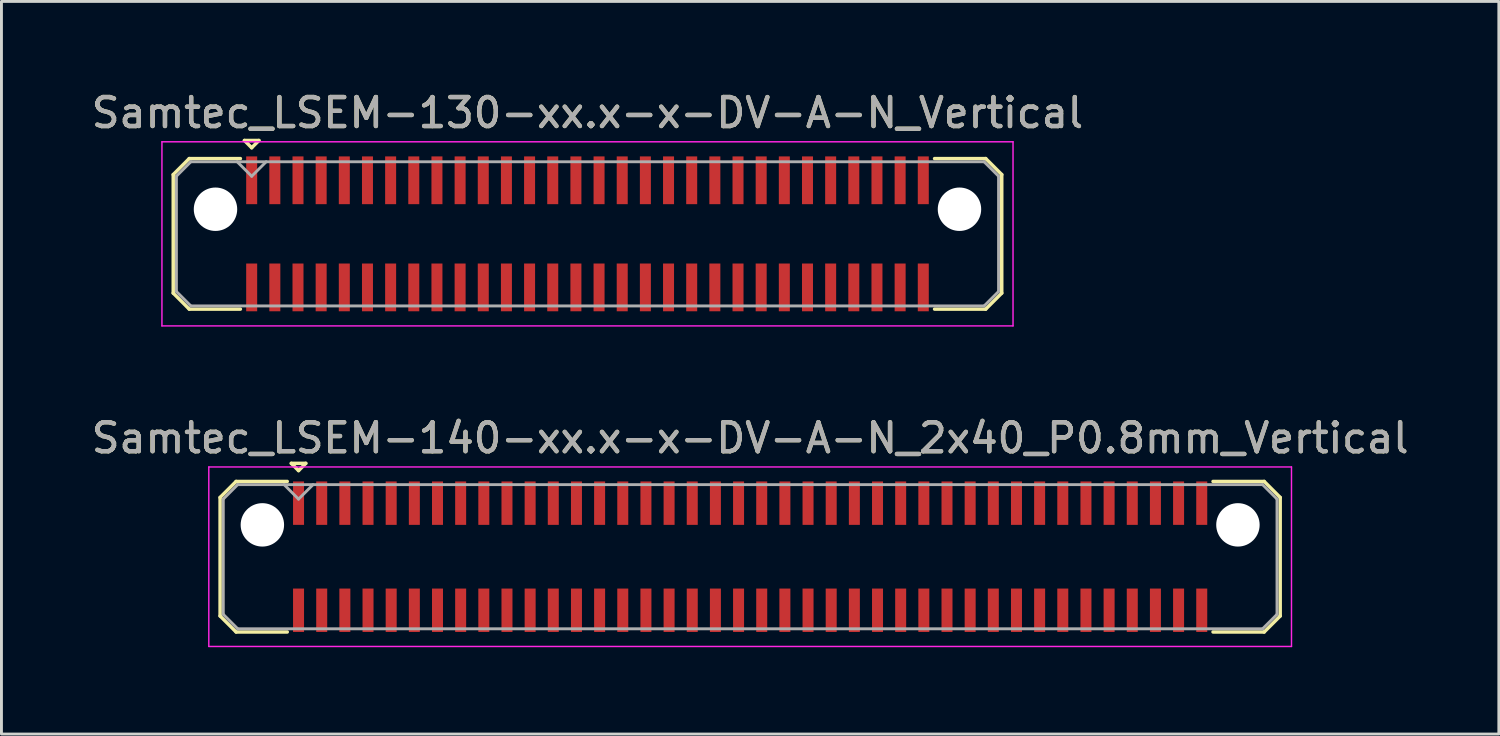
<source format=kicad_pcb>
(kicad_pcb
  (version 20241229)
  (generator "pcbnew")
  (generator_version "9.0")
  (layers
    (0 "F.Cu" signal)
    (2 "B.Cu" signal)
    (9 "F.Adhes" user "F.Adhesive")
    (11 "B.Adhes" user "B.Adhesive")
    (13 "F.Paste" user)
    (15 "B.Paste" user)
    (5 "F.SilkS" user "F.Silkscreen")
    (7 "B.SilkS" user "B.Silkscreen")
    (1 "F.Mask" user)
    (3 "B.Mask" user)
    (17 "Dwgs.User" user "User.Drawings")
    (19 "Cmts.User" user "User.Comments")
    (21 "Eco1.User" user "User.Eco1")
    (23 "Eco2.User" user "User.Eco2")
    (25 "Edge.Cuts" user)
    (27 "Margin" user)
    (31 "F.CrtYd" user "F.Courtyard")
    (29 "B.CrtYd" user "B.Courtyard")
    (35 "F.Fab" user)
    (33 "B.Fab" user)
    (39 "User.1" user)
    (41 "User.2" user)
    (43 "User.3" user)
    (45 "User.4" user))
  (footprint "Samtec_LSEM-130-xx.x-x-DV-A-N_Vertical"
    (layer "F.Cu")
    (at 17.244 5.028)
    (property "Reference" "Samtec_LSEM-130-xx.x-x-DV-A-N_Vertical" (at 0 -4.18 0) (layer "F.SilkS") (effects (font (size 1 1) (thickness 0.15))))
    (attr smd)
    (fp_line (start -14.31 -2.047) (end -14.31 2.047) (stroke (width 0.12) (type solid)) (layer "F.SilkS"))
    (fp_line (start -14.31 2.047) (end -13.757 2.6) (stroke (width 0.12) (type solid)) (layer "F.SilkS"))
    (fp_line (start -13.757 -2.6) (end -14.31 -2.047) (stroke (width 0.12) (type solid)) (layer "F.SilkS"))
    (fp_line (start -13.757 2.6) (end -11.99 2.6) (stroke (width 0.12) (type solid)) (layer "F.SilkS"))
    (fp_line (start -11.99 -2.6) (end -13.757 -2.6) (stroke (width 0.12) (type solid)) (layer "F.SilkS"))
    (fp_line (start -11.85 -3.225) (end -11.35 -3.225) (stroke (width 0.12) (type solid)) (layer "F.SilkS"))
    (fp_line (start -11.6 -2.975) (end -11.85 -3.225) (stroke (width 0.12) (type solid)) (layer "F.SilkS"))
    (fp_line (start -11.35 -3.225) (end -11.6 -2.975) (stroke (width 0.12) (type solid)) (layer "F.SilkS"))
    (fp_line (start 11.99 -2.6) (end 13.757 -2.6) (stroke (width 0.12) (type solid)) (layer "F.SilkS"))
    (fp_line (start 13.757 -2.6) (end 14.31 -2.047) (stroke (width 0.12) (type solid)) (layer "F.SilkS"))
    (fp_line (start 13.757 2.6) (end 11.99 2.6) (stroke (width 0.12) (type solid)) (layer "F.SilkS"))
    (fp_line (start 14.31 -2.047) (end 14.31 2.047) (stroke (width 0.12) (type solid)) (layer "F.SilkS"))
    (fp_line (start 14.31 2.047) (end 13.757 2.6) (stroke (width 0.12) (type solid)) (layer "F.SilkS"))
    (fp_line (start -14.7 -3.18) (end -14.7 3.18) (stroke (width 0.05) (type solid)) (layer "F.CrtYd"))
    (fp_line (start -14.7 3.18) (end 14.7 3.18) (stroke (width 0.05) (type solid)) (layer "F.CrtYd"))
    (fp_line (start 14.7 -3.18) (end -14.7 -3.18) (stroke (width 0.05) (type solid)) (layer "F.CrtYd"))
    (fp_line (start 14.7 3.18) (end 14.7 -3.18) (stroke (width 0.05) (type solid)) (layer "F.CrtYd"))
    (fp_line (start -14.2 -1.992) (end -14.2 1.992) (stroke (width 0.1) (type solid)) (layer "F.Fab"))
    (fp_line (start -14.2 1.992) (end -13.702 2.49) (stroke (width 0.1) (type solid)) (layer "F.Fab"))
    (fp_line (start -13.702 -2.49) (end -14.2 -1.992) (stroke (width 0.1) (type solid)) (layer "F.Fab"))
    (fp_line (start -13.702 2.49) (end 13.702 2.49) (stroke (width 0.1) (type solid)) (layer "F.Fab"))
    (fp_line (start -11.6 -1.99) (end -12.1 -2.49) (stroke (width 0.1) (type solid)) (layer "F.Fab"))
    (fp_line (start -11.1 -2.49) (end -11.6 -1.99) (stroke (width 0.1) (type solid)) (layer "F.Fab"))
    (fp_line (start 13.702 -2.49) (end -13.702 -2.49) (stroke (width 0.1) (type solid)) (layer "F.Fab"))
    (fp_line (start 13.702 2.49) (end 14.2 1.992) (stroke (width 0.1) (type solid)) (layer "F.Fab"))
    (fp_line (start 14.2 -1.992) (end 13.702 -2.49) (stroke (width 0.1) (type solid)) (layer "F.Fab"))
    (fp_line (start 14.2 1.992) (end 14.2 -1.992) (stroke (width 0.1) (type solid)) (layer "F.Fab"))
    (fp_text user "${REFERENCE}" (at 0 -4.18 0) (layer "F.Fab") (effects (font (size 1 1) (thickness 0.15))))
    (pad "" np_thru_hole circle (at -12.85 -0.85) (size 1.5 1.5) (drill 1.5) (layers "*.Cu" "*.Mask"))
    (pad "" np_thru_hole circle (at 12.85 -0.85) (size 1.5 1.5) (drill 1.5) (layers "*.Cu" "*.Mask"))
    (pad "1" smd rect (at -11.6 -1.85) (size 0.38 1.65) (layers "F.Cu" "F.Mask" "F.Paste"))
    (pad "2" smd rect (at -11.6 1.85) (size 0.38 1.65) (layers "F.Cu" "F.Mask" "F.Paste"))
    (pad "3" smd rect (at -10.8 -1.85) (size 0.38 1.65) (layers "F.Cu" "F.Mask" "F.Paste"))
    (pad "4" smd rect (at -10.8 1.85) (size 0.38 1.65) (layers "F.Cu" "F.Mask" "F.Paste"))
    (pad "5" smd rect (at -10 -1.85) (size 0.38 1.65) (layers "F.Cu" "F.Mask" "F.Paste"))
    (pad "6" smd rect (at -10 1.85) (size 0.38 1.65) (layers "F.Cu" "F.Mask" "F.Paste"))
    (pad "7" smd rect (at -9.2 -1.85) (size 0.38 1.65) (layers "F.Cu" "F.Mask" "F.Paste"))
    (pad "8" smd rect (at -9.2 1.85) (size 0.38 1.65) (layers "F.Cu" "F.Mask" "F.Paste"))
    (pad "9" smd rect (at -8.4 -1.85) (size 0.38 1.65) (layers "F.Cu" "F.Mask" "F.Paste"))
    (pad "10" smd rect (at -8.4 1.85) (size 0.38 1.65) (layers "F.Cu" "F.Mask" "F.Paste"))
    (pad "11" smd rect (at -7.6 -1.85) (size 0.38 1.65) (layers "F.Cu" "F.Mask" "F.Paste"))
    (pad "12" smd rect (at -7.6 1.85) (size 0.38 1.65) (layers "F.Cu" "F.Mask" "F.Paste"))
    (pad "13" smd rect (at -6.8 -1.85) (size 0.38 1.65) (layers "F.Cu" "F.Mask" "F.Paste"))
    (pad "14" smd rect (at -6.8 1.85) (size 0.38 1.65) (layers "F.Cu" "F.Mask" "F.Paste"))
    (pad "15" smd rect (at -6 -1.85) (size 0.38 1.65) (layers "F.Cu" "F.Mask" "F.Paste"))
    (pad "16" smd rect (at -6 1.85) (size 0.38 1.65) (layers "F.Cu" "F.Mask" "F.Paste"))
    (pad "17" smd rect (at -5.2 -1.85) (size 0.38 1.65) (layers "F.Cu" "F.Mask" "F.Paste"))
    (pad "18" smd rect (at -5.2 1.85) (size 0.38 1.65) (layers "F.Cu" "F.Mask" "F.Paste"))
    (pad "19" smd rect (at -4.4 -1.85) (size 0.38 1.65) (layers "F.Cu" "F.Mask" "F.Paste"))
    (pad "20" smd rect (at -4.4 1.85) (size 0.38 1.65) (layers "F.Cu" "F.Mask" "F.Paste"))
    (pad "21" smd rect (at -3.6 -1.85) (size 0.38 1.65) (layers "F.Cu" "F.Mask" "F.Paste"))
    (pad "22" smd rect (at -3.6 1.85) (size 0.38 1.65) (layers "F.Cu" "F.Mask" "F.Paste"))
    (pad "23" smd rect (at -2.8 -1.85) (size 0.38 1.65) (layers "F.Cu" "F.Mask" "F.Paste"))
    (pad "24" smd rect (at -2.8 1.85) (size 0.38 1.65) (layers "F.Cu" "F.Mask" "F.Paste"))
    (pad "25" smd rect (at -2 -1.85) (size 0.38 1.65) (layers "F.Cu" "F.Mask" "F.Paste"))
    (pad "26" smd rect (at -2 1.85) (size 0.38 1.65) (layers "F.Cu" "F.Mask" "F.Paste"))
    (pad "27" smd rect (at -1.2 -1.85) (size 0.38 1.65) (layers "F.Cu" "F.Mask" "F.Paste"))
    (pad "28" smd rect (at -1.2 1.85) (size 0.38 1.65) (layers "F.Cu" "F.Mask" "F.Paste"))
    (pad "29" smd rect (at -0.4 -1.85) (size 0.38 1.65) (layers "F.Cu" "F.Mask" "F.Paste"))
    (pad "30" smd rect (at -0.4 1.85) (size 0.38 1.65) (layers "F.Cu" "F.Mask" "F.Paste"))
    (pad "31" smd rect (at 0.4 -1.85) (size 0.38 1.65) (layers "F.Cu" "F.Mask" "F.Paste"))
    (pad "32" smd rect (at 0.4 1.85) (size 0.38 1.65) (layers "F.Cu" "F.Mask" "F.Paste"))
    (pad "33" smd rect (at 1.2 -1.85) (size 0.38 1.65) (layers "F.Cu" "F.Mask" "F.Paste"))
    (pad "34" smd rect (at 1.2 1.85) (size 0.38 1.65) (layers "F.Cu" "F.Mask" "F.Paste"))
    (pad "35" smd rect (at 2 -1.85) (size 0.38 1.65) (layers "F.Cu" "F.Mask" "F.Paste"))
    (pad "36" smd rect (at 2 1.85) (size 0.38 1.65) (layers "F.Cu" "F.Mask" "F.Paste"))
    (pad "37" smd rect (at 2.8 -1.85) (size 0.38 1.65) (layers "F.Cu" "F.Mask" "F.Paste"))
    (pad "38" smd rect (at 2.8 1.85) (size 0.38 1.65) (layers "F.Cu" "F.Mask" "F.Paste"))
    (pad "39" smd rect (at 3.6 -1.85) (size 0.38 1.65) (layers "F.Cu" "F.Mask" "F.Paste"))
    (pad "40" smd rect (at 3.6 1.85) (size 0.38 1.65) (layers "F.Cu" "F.Mask" "F.Paste"))
    (pad "41" smd rect (at 4.4 -1.85) (size 0.38 1.65) (layers "F.Cu" "F.Mask" "F.Paste"))
    (pad "42" smd rect (at 4.4 1.85) (size 0.38 1.65) (layers "F.Cu" "F.Mask" "F.Paste"))
    (pad "43" smd rect (at 5.2 -1.85) (size 0.38 1.65) (layers "F.Cu" "F.Mask" "F.Paste"))
    (pad "44" smd rect (at 5.2 1.85) (size 0.38 1.65) (layers "F.Cu" "F.Mask" "F.Paste"))
    (pad "45" smd rect (at 6 -1.85) (size 0.38 1.65) (layers "F.Cu" "F.Mask" "F.Paste"))
    (pad "46" smd rect (at 6 1.85) (size 0.38 1.65) (layers "F.Cu" "F.Mask" "F.Paste"))
    (pad "47" smd rect (at 6.8 -1.85) (size 0.38 1.65) (layers "F.Cu" "F.Mask" "F.Paste"))
    (pad "48" smd rect (at 6.8 1.85) (size 0.38 1.65) (layers "F.Cu" "F.Mask" "F.Paste"))
    (pad "49" smd rect (at 7.6 -1.85) (size 0.38 1.65) (layers "F.Cu" "F.Mask" "F.Paste"))
    (pad "50" smd rect (at 7.6 1.85) (size 0.38 1.65) (layers "F.Cu" "F.Mask" "F.Paste"))
    (pad "51" smd rect (at 8.4 -1.85) (size 0.38 1.65) (layers "F.Cu" "F.Mask" "F.Paste"))
    (pad "52" smd rect (at 8.4 1.85) (size 0.38 1.65) (layers "F.Cu" "F.Mask" "F.Paste"))
    (pad "53" smd rect (at 9.2 -1.85) (size 0.38 1.65) (layers "F.Cu" "F.Mask" "F.Paste"))
    (pad "54" smd rect (at 9.2 1.85) (size 0.38 1.65) (layers "F.Cu" "F.Mask" "F.Paste"))
    (pad "55" smd rect (at 10 -1.85) (size 0.38 1.65) (layers "F.Cu" "F.Mask" "F.Paste"))
    (pad "56" smd rect (at 10 1.85) (size 0.38 1.65) (layers "F.Cu" "F.Mask" "F.Paste"))
    (pad "57" smd rect (at 10.8 -1.85) (size 0.38 1.65) (layers "F.Cu" "F.Mask" "F.Paste"))
    (pad "58" smd rect (at 10.8 1.85) (size 0.38 1.65) (layers "F.Cu" "F.Mask" "F.Paste"))
    (pad "59" smd rect (at 11.6 -1.85) (size 0.38 1.65) (layers "F.Cu" "F.Mask" "F.Paste"))
    (pad "60" smd rect (at 11.6 1.85) (size 0.38 1.65) (layers "F.Cu" "F.Mask" "F.Paste")))
  (footprint "Samtec_LSEM-140-xx.x-x-DV-A-N_2x40_P0.8mm_Vertical"
    (layer "F.Cu")
    (at 22.863 16.181)
    (property "Reference" "Samtec_LSEM-140-xx.x-x-DV-A-N_2x40_P0.8mm_Vertical" (at 0 -4.1 0) (layer "F.SilkS") (effects (font (size 1 1) (thickness 0.15))))
    (attr smd)
    (fp_line (start -18.31 -2.047) (end -18.31 2.047) (stroke (width 0.12) (type solid)) (layer "F.SilkS"))
    (fp_line (start -18.31 2.047) (end -17.757 2.6) (stroke (width 0.12) (type solid)) (layer "F.SilkS"))
    (fp_line (start -17.757 -2.6) (end -18.31 -2.047) (stroke (width 0.12) (type solid)) (layer "F.SilkS"))
    (fp_line (start -17.757 2.6) (end -15.99 2.6) (stroke (width 0.12) (type solid)) (layer "F.SilkS"))
    (fp_line (start -15.99 -2.6) (end -17.757 -2.6) (stroke (width 0.12) (type solid)) (layer "F.SilkS"))
    (fp_line (start -15.85 -3.225) (end -15.35 -3.225) (stroke (width 0.12) (type solid)) (layer "F.SilkS"))
    (fp_line (start -15.6 -2.975) (end -15.85 -3.225) (stroke (width 0.12) (type solid)) (layer "F.SilkS"))
    (fp_line (start -15.35 -3.225) (end -15.6 -2.975) (stroke (width 0.12) (type solid)) (layer "F.SilkS"))
    (fp_line (start 15.99 -2.6) (end 17.757 -2.6) (stroke (width 0.12) (type solid)) (layer "F.SilkS"))
    (fp_line (start 17.757 -2.6) (end 18.31 -2.047) (stroke (width 0.12) (type solid)) (layer "F.SilkS"))
    (fp_line (start 17.757 2.6) (end 15.99 2.6) (stroke (width 0.12) (type solid)) (layer "F.SilkS"))
    (fp_line (start 18.31 -2.047) (end 18.31 2.047) (stroke (width 0.12) (type solid)) (layer "F.SilkS"))
    (fp_line (start 18.31 2.047) (end 17.757 2.6) (stroke (width 0.12) (type solid)) (layer "F.SilkS"))
    (fp_line (start -18.7 -3.1) (end -18.7 3.1) (stroke (width 0.05) (type solid)) (layer "F.CrtYd"))
    (fp_line (start -18.7 3.1) (end 18.7 3.1) (stroke (width 0.05) (type solid)) (layer "F.CrtYd"))
    (fp_line (start 18.7 -3.1) (end -18.7 -3.1) (stroke (width 0.05) (type solid)) (layer "F.CrtYd"))
    (fp_line (start 18.7 3.1) (end 18.7 -3.1) (stroke (width 0.05) (type solid)) (layer "F.CrtYd"))
    (fp_line (start -18.2 -1.992) (end -18.2 1.992) (stroke (width 0.1) (type solid)) (layer "F.Fab"))
    (fp_line (start -18.2 1.992) (end -17.702 2.49) (stroke (width 0.1) (type solid)) (layer "F.Fab"))
    (fp_line (start -17.702 -2.49) (end -18.2 -1.992) (stroke (width 0.1) (type solid)) (layer "F.Fab"))
    (fp_line (start -17.702 2.49) (end 17.702 2.49) (stroke (width 0.1) (type solid)) (layer "F.Fab"))
    (fp_line (start -15.6 -1.99) (end -16.1 -2.49) (stroke (width 0.1) (type solid)) (layer "F.Fab"))
    (fp_line (start -15.1 -2.49) (end -15.6 -1.99) (stroke (width 0.1) (type solid)) (layer "F.Fab"))
    (fp_line (start 17.702 -2.49) (end -17.702 -2.49) (stroke (width 0.1) (type solid)) (layer "F.Fab"))
    (fp_line (start 17.702 2.49) (end 18.2 1.992) (stroke (width 0.1) (type solid)) (layer "F.Fab"))
    (fp_line (start 18.2 -1.992) (end 17.702 -2.49) (stroke (width 0.1) (type solid)) (layer "F.Fab"))
    (fp_line (start 18.2 1.992) (end 18.2 -1.992) (stroke (width 0.1) (type solid)) (layer "F.Fab"))
    (fp_text user "${REFERENCE}" (at 0 -4.1 0) (layer "F.Fab") (effects (font (size 1 1) (thickness 0.15))))
    (pad "" np_thru_hole circle (at -16.85 -1.1) (size 1.5 1.5) (drill 1.5) (layers "*.Cu" "*.Mask"))
    (pad "" np_thru_hole circle (at 16.85 -1.1) (size 1.5 1.5) (drill 1.5) (layers "*.Cu" "*.Mask"))
    (pad "1" smd rect (at -15.6 -1.85) (size 0.38 1.5) (layers "F.Cu" "F.Mask" "F.Paste"))
    (pad "2" smd rect (at -15.6 1.85) (size 0.38 1.5) (layers "F.Cu" "F.Mask" "F.Paste"))
    (pad "3" smd rect (at -14.8 -1.85) (size 0.38 1.5) (layers "F.Cu" "F.Mask" "F.Paste"))
    (pad "4" smd rect (at -14.8 1.85) (size 0.38 1.5) (layers "F.Cu" "F.Mask" "F.Paste"))
    (pad "5" smd rect (at -14 -1.85) (size 0.38 1.5) (layers "F.Cu" "F.Mask" "F.Paste"))
    (pad "6" smd rect (at -14 1.85) (size 0.38 1.5) (layers "F.Cu" "F.Mask" "F.Paste"))
    (pad "7" smd rect (at -13.2 -1.85) (size 0.38 1.5) (layers "F.Cu" "F.Mask" "F.Paste"))
    (pad "8" smd rect (at -13.2 1.85) (size 0.38 1.5) (layers "F.Cu" "F.Mask" "F.Paste"))
    (pad "9" smd rect (at -12.4 -1.85) (size 0.38 1.5) (layers "F.Cu" "F.Mask" "F.Paste"))
    (pad "10" smd rect (at -12.4 1.85) (size 0.38 1.5) (layers "F.Cu" "F.Mask" "F.Paste"))
    (pad "11" smd rect (at -11.6 -1.85) (size 0.38 1.5) (layers "F.Cu" "F.Mask" "F.Paste"))
    (pad "12" smd rect (at -11.6 1.85) (size 0.38 1.5) (layers "F.Cu" "F.Mask" "F.Paste"))
    (pad "13" smd rect (at -10.8 -1.85) (size 0.38 1.5) (layers "F.Cu" "F.Mask" "F.Paste"))
    (pad "14" smd rect (at -10.8 1.85) (size 0.38 1.5) (layers "F.Cu" "F.Mask" "F.Paste"))
    (pad "15" smd rect (at -10 -1.85) (size 0.38 1.5) (layers "F.Cu" "F.Mask" "F.Paste"))
    (pad "16" smd rect (at -10 1.85) (size 0.38 1.5) (layers "F.Cu" "F.Mask" "F.Paste"))
    (pad "17" smd rect (at -9.2 -1.85) (size 0.38 1.5) (layers "F.Cu" "F.Mask" "F.Paste"))
    (pad "18" smd rect (at -9.2 1.85) (size 0.38 1.5) (layers "F.Cu" "F.Mask" "F.Paste"))
    (pad "19" smd rect (at -8.4 -1.85) (size 0.38 1.5) (layers "F.Cu" "F.Mask" "F.Paste"))
    (pad "20" smd rect (at -8.4 1.85) (size 0.38 1.5) (layers "F.Cu" "F.Mask" "F.Paste"))
    (pad "21" smd rect (at -7.6 -1.85) (size 0.38 1.5) (layers "F.Cu" "F.Mask" "F.Paste"))
    (pad "22" smd rect (at -7.6 1.85) (size 0.38 1.5) (layers "F.Cu" "F.Mask" "F.Paste"))
    (pad "23" smd rect (at -6.8 -1.85) (size 0.38 1.5) (layers "F.Cu" "F.Mask" "F.Paste"))
    (pad "24" smd rect (at -6.8 1.85) (size 0.38 1.5) (layers "F.Cu" "F.Mask" "F.Paste"))
    (pad "25" smd rect (at -6 -1.85) (size 0.38 1.5) (layers "F.Cu" "F.Mask" "F.Paste"))
    (pad "26" smd rect (at -6 1.85) (size 0.38 1.5) (layers "F.Cu" "F.Mask" "F.Paste"))
    (pad "27" smd rect (at -5.2 -1.85) (size 0.38 1.5) (layers "F.Cu" "F.Mask" "F.Paste"))
    (pad "28" smd rect (at -5.2 1.85) (size 0.38 1.5) (layers "F.Cu" "F.Mask" "F.Paste"))
    (pad "29" smd rect (at -4.4 -1.85) (size 0.38 1.5) (layers "F.Cu" "F.Mask" "F.Paste"))
    (pad "30" smd rect (at -4.4 1.85) (size 0.38 1.5) (layers "F.Cu" "F.Mask" "F.Paste"))
    (pad "31" smd rect (at -3.6 -1.85) (size 0.38 1.5) (layers "F.Cu" "F.Mask" "F.Paste"))
    (pad "32" smd rect (at -3.6 1.85) (size 0.38 1.5) (layers "F.Cu" "F.Mask" "F.Paste"))
    (pad "33" smd rect (at -2.8 -1.85) (size 0.38 1.5) (layers "F.Cu" "F.Mask" "F.Paste"))
    (pad "34" smd rect (at -2.8 1.85) (size 0.38 1.5) (layers "F.Cu" "F.Mask" "F.Paste"))
    (pad "35" smd rect (at -2 -1.85) (size 0.38 1.5) (layers "F.Cu" "F.Mask" "F.Paste"))
    (pad "36" smd rect (at -2 1.85) (size 0.38 1.5) (layers "F.Cu" "F.Mask" "F.Paste"))
    (pad "37" smd rect (at -1.2 -1.85) (size 0.38 1.5) (layers "F.Cu" "F.Mask" "F.Paste"))
    (pad "38" smd rect (at -1.2 1.85) (size 0.38 1.5) (layers "F.Cu" "F.Mask" "F.Paste"))
    (pad "39" smd rect (at -0.4 -1.85) (size 0.38 1.5) (layers "F.Cu" "F.Mask" "F.Paste"))
    (pad "40" smd rect (at -0.4 1.85) (size 0.38 1.5) (layers "F.Cu" "F.Mask" "F.Paste"))
    (pad "41" smd rect (at 0.4 -1.85) (size 0.38 1.5) (layers "F.Cu" "F.Mask" "F.Paste"))
    (pad "42" smd rect (at 0.4 1.85) (size 0.38 1.5) (layers "F.Cu" "F.Mask" "F.Paste"))
    (pad "43" smd rect (at 1.2 -1.85) (size 0.38 1.5) (layers "F.Cu" "F.Mask" "F.Paste"))
    (pad "44" smd rect (at 1.2 1.85) (size 0.38 1.5) (layers "F.Cu" "F.Mask" "F.Paste"))
    (pad "45" smd rect (at 2 -1.85) (size 0.38 1.5) (layers "F.Cu" "F.Mask" "F.Paste"))
    (pad "46" smd rect (at 2 1.85) (size 0.38 1.5) (layers "F.Cu" "F.Mask" "F.Paste"))
    (pad "47" smd rect (at 2.8 -1.85) (size 0.38 1.5) (layers "F.Cu" "F.Mask" "F.Paste"))
    (pad "48" smd rect (at 2.8 1.85) (size 0.38 1.5) (layers "F.Cu" "F.Mask" "F.Paste"))
    (pad "49" smd rect (at 3.6 -1.85) (size 0.38 1.5) (layers "F.Cu" "F.Mask" "F.Paste"))
    (pad "50" smd rect (at 3.6 1.85) (size 0.38 1.5) (layers "F.Cu" "F.Mask" "F.Paste"))
    (pad "51" smd rect (at 4.4 -1.85) (size 0.38 1.5) (layers "F.Cu" "F.Mask" "F.Paste"))
    (pad "52" smd rect (at 4.4 1.85) (size 0.38 1.5) (layers "F.Cu" "F.Mask" "F.Paste"))
    (pad "53" smd rect (at 5.2 -1.85) (size 0.38 1.5) (layers "F.Cu" "F.Mask" "F.Paste"))
    (pad "54" smd rect (at 5.2 1.85) (size 0.38 1.5) (layers "F.Cu" "F.Mask" "F.Paste"))
    (pad "55" smd rect (at 6 -1.85) (size 0.38 1.5) (layers "F.Cu" "F.Mask" "F.Paste"))
    (pad "56" smd rect (at 6 1.85) (size 0.38 1.5) (layers "F.Cu" "F.Mask" "F.Paste"))
    (pad "57" smd rect (at 6.8 -1.85) (size 0.38 1.5) (layers "F.Cu" "F.Mask" "F.Paste"))
    (pad "58" smd rect (at 6.8 1.85) (size 0.38 1.5) (layers "F.Cu" "F.Mask" "F.Paste"))
    (pad "59" smd rect (at 7.6 -1.85) (size 0.38 1.5) (layers "F.Cu" "F.Mask" "F.Paste"))
    (pad "60" smd rect (at 7.6 1.85) (size 0.38 1.5) (layers "F.Cu" "F.Mask" "F.Paste"))
    (pad "61" smd rect (at 8.4 -1.85) (size 0.38 1.5) (layers "F.Cu" "F.Mask" "F.Paste"))
    (pad "62" smd rect (at 8.4 1.85) (size 0.38 1.5) (layers "F.Cu" "F.Mask" "F.Paste"))
    (pad "63" smd rect (at 9.2 -1.85) (size 0.38 1.5) (layers "F.Cu" "F.Mask" "F.Paste"))
    (pad "64" smd rect (at 9.2 1.85) (size 0.38 1.5) (layers "F.Cu" "F.Mask" "F.Paste"))
    (pad "65" smd rect (at 10 -1.85) (size 0.38 1.5) (layers "F.Cu" "F.Mask" "F.Paste"))
    (pad "66" smd rect (at 10 1.85) (size 0.38 1.5) (layers "F.Cu" "F.Mask" "F.Paste"))
    (pad "67" smd rect (at 10.8 -1.85) (size 0.38 1.5) (layers "F.Cu" "F.Mask" "F.Paste"))
    (pad "68" smd rect (at 10.8 1.85) (size 0.38 1.5) (layers "F.Cu" "F.Mask" "F.Paste"))
    (pad "69" smd rect (at 11.6 -1.85) (size 0.38 1.5) (layers "F.Cu" "F.Mask" "F.Paste"))
    (pad "70" smd rect (at 11.6 1.85) (size 0.38 1.5) (layers "F.Cu" "F.Mask" "F.Paste"))
    (pad "71" smd rect (at 12.4 -1.85) (size 0.38 1.5) (layers "F.Cu" "F.Mask" "F.Paste"))
    (pad "72" smd rect (at 12.4 1.85) (size 0.38 1.5) (layers "F.Cu" "F.Mask" "F.Paste"))
    (pad "73" smd rect (at 13.2 -1.85) (size 0.38 1.5) (layers "F.Cu" "F.Mask" "F.Paste"))
    (pad "74" smd rect (at 13.2 1.85) (size 0.38 1.5) (layers "F.Cu" "F.Mask" "F.Paste"))
    (pad "75" smd rect (at 14 -1.85) (size 0.38 1.5) (layers "F.Cu" "F.Mask" "F.Paste"))
    (pad "76" smd rect (at 14 1.85) (size 0.38 1.5) (layers "F.Cu" "F.Mask" "F.Paste"))
    (pad "77" smd rect (at 14.8 -1.85) (size 0.38 1.5) (layers "F.Cu" "F.Mask" "F.Paste"))
    (pad "78" smd rect (at 14.8 1.85) (size 0.38 1.5) (layers "F.Cu" "F.Mask" "F.Paste"))
    (pad "79" smd rect (at 15.6 -1.85) (size 0.38 1.5) (layers "F.Cu" "F.Mask" "F.Paste"))
    (pad "80" smd rect (at 15.6 1.85) (size 0.38 1.5) (layers "F.Cu" "F.Mask" "F.Paste")))
  (gr_rect
    (start -3 -3)
    (end 48.726 22.306)
    (stroke (width 0.1) (type default))
    (fill no)
    (layer "Edge.Cuts")))
</source>
